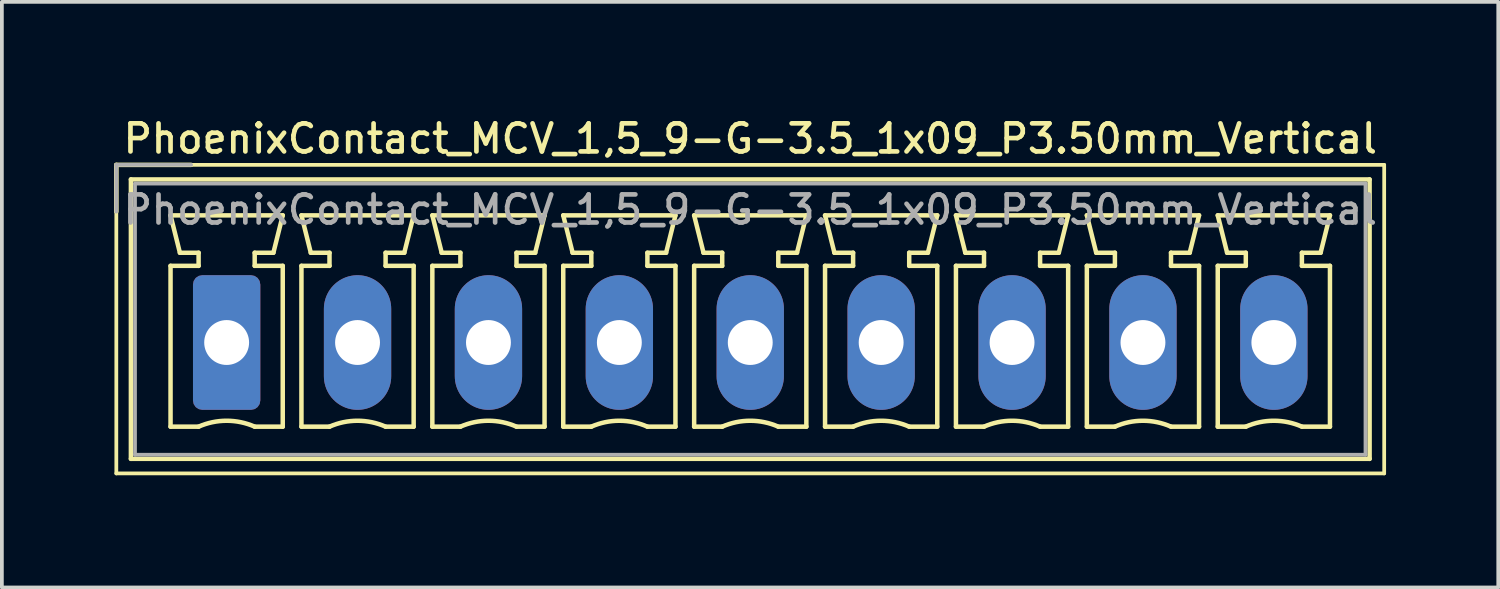
<source format=kicad_pcb>
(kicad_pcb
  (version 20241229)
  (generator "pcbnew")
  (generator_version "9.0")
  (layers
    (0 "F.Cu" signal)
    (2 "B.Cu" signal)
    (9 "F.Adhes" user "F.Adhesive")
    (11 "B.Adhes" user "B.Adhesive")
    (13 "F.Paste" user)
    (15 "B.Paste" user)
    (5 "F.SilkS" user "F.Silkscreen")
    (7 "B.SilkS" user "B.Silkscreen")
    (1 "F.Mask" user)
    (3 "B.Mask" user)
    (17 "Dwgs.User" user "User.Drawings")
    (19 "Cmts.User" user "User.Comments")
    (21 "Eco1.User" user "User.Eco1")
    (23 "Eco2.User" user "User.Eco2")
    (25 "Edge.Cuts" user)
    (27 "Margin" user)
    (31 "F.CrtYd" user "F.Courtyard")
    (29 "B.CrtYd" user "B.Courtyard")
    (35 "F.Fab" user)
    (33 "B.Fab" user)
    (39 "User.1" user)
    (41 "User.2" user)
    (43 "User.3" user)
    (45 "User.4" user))
  (footprint "PhoenixContact_MCV_1,5_9-G-3.5_1x09_P3.50mm_Vertical"
    (layer "F.Cu")
    (at 3.01 6.108)
    (property "Reference" "PhoenixContact_MCV_1,5_9-G-3.5_1x09_P3.50mm_Vertical" (at 14 -5.45 0) (layer "F.SilkS") (effects (font (size 0.75 0.75) (thickness 0.125))))
    (attr through_hole)
    (fp_line (start -2.95 -4.75) (end -2.95 3.5) (stroke (width 0.1) (type solid)) (layer "F.SilkS"))
    (fp_line (start -2.95 -4.75) (end -0.95 -4.75) (stroke (width 0.12) (type solid)) (layer "F.SilkS"))
    (fp_line (start -2.95 -3.5) (end -2.95 -4.75) (stroke (width 0.12) (type solid)) (layer "F.SilkS"))
    (fp_line (start -2.95 3.5) (end 30.95 3.5) (stroke (width 0.1) (type solid)) (layer "F.SilkS"))
    (fp_line (start -2.56 -4.36) (end -2.56 3.11) (stroke (width 0.12) (type solid)) (layer "F.SilkS"))
    (fp_line (start -2.56 3.11) (end 30.56 3.11) (stroke (width 0.12) (type solid)) (layer "F.SilkS"))
    (fp_line (start -1.5 -3.4) (end 1.5 -3.4) (stroke (width 0.12) (type solid)) (layer "F.SilkS"))
    (fp_line (start -1.5 -2.05) (end -0.75 -2.05) (stroke (width 0.12) (type solid)) (layer "F.SilkS"))
    (fp_line (start -1.5 2.25) (end -1.5 -2.05) (stroke (width 0.12) (type solid)) (layer "F.SilkS"))
    (fp_line (start -1.25 -2.4) (end -1.5 -3.4) (stroke (width 0.12) (type solid)) (layer "F.SilkS"))
    (fp_line (start -0.75 -2.4) (end -1.25 -2.4) (stroke (width 0.12) (type solid)) (layer "F.SilkS"))
    (fp_line (start -0.75 -2.05) (end -0.75 -2.4) (stroke (width 0.12) (type solid)) (layer "F.SilkS"))
    (fp_line (start -0.75 2.25) (end -1.5 2.25) (stroke (width 0.12) (type solid)) (layer "F.SilkS"))
    (fp_line (start 0.75 -2.4) (end 0.75 -2.05) (stroke (width 0.12) (type solid)) (layer "F.SilkS"))
    (fp_line (start 0.75 -2.05) (end 1.5 -2.05) (stroke (width 0.12) (type solid)) (layer "F.SilkS"))
    (fp_line (start 1.25 -2.4) (end 0.75 -2.4) (stroke (width 0.12) (type solid)) (layer "F.SilkS"))
    (fp_line (start 1.5 -3.4) (end 1.25 -2.4) (stroke (width 0.12) (type solid)) (layer "F.SilkS"))
    (fp_line (start 1.5 -2.05) (end 1.5 2.25) (stroke (width 0.12) (type solid)) (layer "F.SilkS"))
    (fp_line (start 1.5 2.25) (end 0.75 2.25) (stroke (width 0.12) (type solid)) (layer "F.SilkS"))
    (fp_line (start 2 -3.4) (end 5 -3.4) (stroke (width 0.12) (type solid)) (layer "F.SilkS"))
    (fp_line (start 2 -2.05) (end 2.75 -2.05) (stroke (width 0.12) (type solid)) (layer "F.SilkS"))
    (fp_line (start 2 2.25) (end 2 -2.05) (stroke (width 0.12) (type solid)) (layer "F.SilkS"))
    (fp_line (start 2.25 -2.4) (end 2 -3.4) (stroke (width 0.12) (type solid)) (layer "F.SilkS"))
    (fp_line (start 2.75 -2.4) (end 2.25 -2.4) (stroke (width 0.12) (type solid)) (layer "F.SilkS"))
    (fp_line (start 2.75 -2.05) (end 2.75 -2.4) (stroke (width 0.12) (type solid)) (layer "F.SilkS"))
    (fp_line (start 2.75 2.25) (end 2 2.25) (stroke (width 0.12) (type solid)) (layer "F.SilkS"))
    (fp_line (start 4.25 -2.4) (end 4.25 -2.05) (stroke (width 0.12) (type solid)) (layer "F.SilkS"))
    (fp_line (start 4.25 -2.05) (end 5 -2.05) (stroke (width 0.12) (type solid)) (layer "F.SilkS"))
    (fp_line (start 4.75 -2.4) (end 4.25 -2.4) (stroke (width 0.12) (type solid)) (layer "F.SilkS"))
    (fp_line (start 5 -3.4) (end 4.75 -2.4) (stroke (width 0.12) (type solid)) (layer "F.SilkS"))
    (fp_line (start 5 -2.05) (end 5 2.25) (stroke (width 0.12) (type solid)) (layer "F.SilkS"))
    (fp_line (start 5 2.25) (end 4.25 2.25) (stroke (width 0.12) (type solid)) (layer "F.SilkS"))
    (fp_line (start 5.5 -3.4) (end 8.5 -3.4) (stroke (width 0.12) (type solid)) (layer "F.SilkS"))
    (fp_line (start 5.5 -2.05) (end 6.25 -2.05) (stroke (width 0.12) (type solid)) (layer "F.SilkS"))
    (fp_line (start 5.5 2.25) (end 5.5 -2.05) (stroke (width 0.12) (type solid)) (layer "F.SilkS"))
    (fp_line (start 5.75 -2.4) (end 5.5 -3.4) (stroke (width 0.12) (type solid)) (layer "F.SilkS"))
    (fp_line (start 6.25 -2.4) (end 5.75 -2.4) (stroke (width 0.12) (type solid)) (layer "F.SilkS"))
    (fp_line (start 6.25 -2.05) (end 6.25 -2.4) (stroke (width 0.12) (type solid)) (layer "F.SilkS"))
    (fp_line (start 6.25 2.25) (end 5.5 2.25) (stroke (width 0.12) (type solid)) (layer "F.SilkS"))
    (fp_line (start 7.75 -2.4) (end 7.75 -2.05) (stroke (width 0.12) (type solid)) (layer "F.SilkS"))
    (fp_line (start 7.75 -2.05) (end 8.5 -2.05) (stroke (width 0.12) (type solid)) (layer "F.SilkS"))
    (fp_line (start 8.25 -2.4) (end 7.75 -2.4) (stroke (width 0.12) (type solid)) (layer "F.SilkS"))
    (fp_line (start 8.5 -3.4) (end 8.25 -2.4) (stroke (width 0.12) (type solid)) (layer "F.SilkS"))
    (fp_line (start 8.5 -2.05) (end 8.5 2.25) (stroke (width 0.12) (type solid)) (layer "F.SilkS"))
    (fp_line (start 8.5 2.25) (end 7.75 2.25) (stroke (width 0.12) (type solid)) (layer "F.SilkS"))
    (fp_line (start 9 -3.4) (end 12 -3.4) (stroke (width 0.12) (type solid)) (layer "F.SilkS"))
    (fp_line (start 9 -2.05) (end 9.75 -2.05) (stroke (width 0.12) (type solid)) (layer "F.SilkS"))
    (fp_line (start 9 2.25) (end 9 -2.05) (stroke (width 0.12) (type solid)) (layer "F.SilkS"))
    (fp_line (start 9.25 -2.4) (end 9 -3.4) (stroke (width 0.12) (type solid)) (layer "F.SilkS"))
    (fp_line (start 9.75 -2.4) (end 9.25 -2.4) (stroke (width 0.12) (type solid)) (layer "F.SilkS"))
    (fp_line (start 9.75 -2.05) (end 9.75 -2.4) (stroke (width 0.12) (type solid)) (layer "F.SilkS"))
    (fp_line (start 9.75 2.25) (end 9 2.25) (stroke (width 0.12) (type solid)) (layer "F.SilkS"))
    (fp_line (start 11.25 -2.4) (end 11.25 -2.05) (stroke (width 0.12) (type solid)) (layer "F.SilkS"))
    (fp_line (start 11.25 -2.05) (end 12 -2.05) (stroke (width 0.12) (type solid)) (layer "F.SilkS"))
    (fp_line (start 11.75 -2.4) (end 11.25 -2.4) (stroke (width 0.12) (type solid)) (layer "F.SilkS"))
    (fp_line (start 12 -3.4) (end 11.75 -2.4) (stroke (width 0.12) (type solid)) (layer "F.SilkS"))
    (fp_line (start 12 -2.05) (end 12 2.25) (stroke (width 0.12) (type solid)) (layer "F.SilkS"))
    (fp_line (start 12 2.25) (end 11.25 2.25) (stroke (width 0.12) (type solid)) (layer "F.SilkS"))
    (fp_line (start 12.5 -3.4) (end 15.5 -3.4) (stroke (width 0.12) (type solid)) (layer "F.SilkS"))
    (fp_line (start 12.5 -2.05) (end 13.25 -2.05) (stroke (width 0.12) (type solid)) (layer "F.SilkS"))
    (fp_line (start 12.5 2.25) (end 12.5 -2.05) (stroke (width 0.12) (type solid)) (layer "F.SilkS"))
    (fp_line (start 12.75 -2.4) (end 12.5 -3.4) (stroke (width 0.12) (type solid)) (layer "F.SilkS"))
    (fp_line (start 13.25 -2.4) (end 12.75 -2.4) (stroke (width 0.12) (type solid)) (layer "F.SilkS"))
    (fp_line (start 13.25 -2.05) (end 13.25 -2.4) (stroke (width 0.12) (type solid)) (layer "F.SilkS"))
    (fp_line (start 13.25 2.25) (end 12.5 2.25) (stroke (width 0.12) (type solid)) (layer "F.SilkS"))
    (fp_line (start 14.75 -2.4) (end 14.75 -2.05) (stroke (width 0.12) (type solid)) (layer "F.SilkS"))
    (fp_line (start 14.75 -2.05) (end 15.5 -2.05) (stroke (width 0.12) (type solid)) (layer "F.SilkS"))
    (fp_line (start 15.25 -2.4) (end 14.75 -2.4) (stroke (width 0.12) (type solid)) (layer "F.SilkS"))
    (fp_line (start 15.5 -3.4) (end 15.25 -2.4) (stroke (width 0.12) (type solid)) (layer "F.SilkS"))
    (fp_line (start 15.5 -2.05) (end 15.5 2.25) (stroke (width 0.12) (type solid)) (layer "F.SilkS"))
    (fp_line (start 15.5 2.25) (end 14.75 2.25) (stroke (width 0.12) (type solid)) (layer "F.SilkS"))
    (fp_line (start 16 -3.4) (end 19 -3.4) (stroke (width 0.12) (type solid)) (layer "F.SilkS"))
    (fp_line (start 16 -2.05) (end 16.75 -2.05) (stroke (width 0.12) (type solid)) (layer "F.SilkS"))
    (fp_line (start 16 2.25) (end 16 -2.05) (stroke (width 0.12) (type solid)) (layer "F.SilkS"))
    (fp_line (start 16.25 -2.4) (end 16 -3.4) (stroke (width 0.12) (type solid)) (layer "F.SilkS"))
    (fp_line (start 16.75 -2.4) (end 16.25 -2.4) (stroke (width 0.12) (type solid)) (layer "F.SilkS"))
    (fp_line (start 16.75 -2.05) (end 16.75 -2.4) (stroke (width 0.12) (type solid)) (layer "F.SilkS"))
    (fp_line (start 16.75 2.25) (end 16 2.25) (stroke (width 0.12) (type solid)) (layer "F.SilkS"))
    (fp_line (start 18.25 -2.4) (end 18.25 -2.05) (stroke (width 0.12) (type solid)) (layer "F.SilkS"))
    (fp_line (start 18.25 -2.05) (end 19 -2.05) (stroke (width 0.12) (type solid)) (layer "F.SilkS"))
    (fp_line (start 18.75 -2.4) (end 18.25 -2.4) (stroke (width 0.12) (type solid)) (layer "F.SilkS"))
    (fp_line (start 19 -3.4) (end 18.75 -2.4) (stroke (width 0.12) (type solid)) (layer "F.SilkS"))
    (fp_line (start 19 -2.05) (end 19 2.25) (stroke (width 0.12) (type solid)) (layer "F.SilkS"))
    (fp_line (start 19 2.25) (end 18.25 2.25) (stroke (width 0.12) (type solid)) (layer "F.SilkS"))
    (fp_line (start 19.5 -3.4) (end 22.5 -3.4) (stroke (width 0.12) (type solid)) (layer "F.SilkS"))
    (fp_line (start 19.5 -2.05) (end 20.25 -2.05) (stroke (width 0.12) (type solid)) (layer "F.SilkS"))
    (fp_line (start 19.5 2.25) (end 19.5 -2.05) (stroke (width 0.12) (type solid)) (layer "F.SilkS"))
    (fp_line (start 19.75 -2.4) (end 19.5 -3.4) (stroke (width 0.12) (type solid)) (layer "F.SilkS"))
    (fp_line (start 20.25 -2.4) (end 19.75 -2.4) (stroke (width 0.12) (type solid)) (layer "F.SilkS"))
    (fp_line (start 20.25 -2.05) (end 20.25 -2.4) (stroke (width 0.12) (type solid)) (layer "F.SilkS"))
    (fp_line (start 20.25 2.25) (end 19.5 2.25) (stroke (width 0.12) (type solid)) (layer "F.SilkS"))
    (fp_line (start 21.75 -2.4) (end 21.75 -2.05) (stroke (width 0.12) (type solid)) (layer "F.SilkS"))
    (fp_line (start 21.75 -2.05) (end 22.5 -2.05) (stroke (width 0.12) (type solid)) (layer "F.SilkS"))
    (fp_line (start 22.25 -2.4) (end 21.75 -2.4) (stroke (width 0.12) (type solid)) (layer "F.SilkS"))
    (fp_line (start 22.5 -3.4) (end 22.25 -2.4) (stroke (width 0.12) (type solid)) (layer "F.SilkS"))
    (fp_line (start 22.5 -2.05) (end 22.5 2.25) (stroke (width 0.12) (type solid)) (layer "F.SilkS"))
    (fp_line (start 22.5 2.25) (end 21.75 2.25) (stroke (width 0.12) (type solid)) (layer "F.SilkS"))
    (fp_line (start 23 -3.4) (end 26 -3.4) (stroke (width 0.12) (type solid)) (layer "F.SilkS"))
    (fp_line (start 23 -2.05) (end 23.75 -2.05) (stroke (width 0.12) (type solid)) (layer "F.SilkS"))
    (fp_line (start 23 2.25) (end 23 -2.05) (stroke (width 0.12) (type solid)) (layer "F.SilkS"))
    (fp_line (start 23.25 -2.4) (end 23 -3.4) (stroke (width 0.12) (type solid)) (layer "F.SilkS"))
    (fp_line (start 23.75 -2.4) (end 23.25 -2.4) (stroke (width 0.12) (type solid)) (layer "F.SilkS"))
    (fp_line (start 23.75 -2.05) (end 23.75 -2.4) (stroke (width 0.12) (type solid)) (layer "F.SilkS"))
    (fp_line (start 23.75 2.25) (end 23 2.25) (stroke (width 0.12) (type solid)) (layer "F.SilkS"))
    (fp_line (start 25.25 -2.4) (end 25.25 -2.05) (stroke (width 0.12) (type solid)) (layer "F.SilkS"))
    (fp_line (start 25.25 -2.05) (end 26 -2.05) (stroke (width 0.12) (type solid)) (layer "F.SilkS"))
    (fp_line (start 25.75 -2.4) (end 25.25 -2.4) (stroke (width 0.12) (type solid)) (layer "F.SilkS"))
    (fp_line (start 26 -3.4) (end 25.75 -2.4) (stroke (width 0.12) (type solid)) (layer "F.SilkS"))
    (fp_line (start 26 -2.05) (end 26 2.25) (stroke (width 0.12) (type solid)) (layer "F.SilkS"))
    (fp_line (start 26 2.25) (end 25.25 2.25) (stroke (width 0.12) (type solid)) (layer "F.SilkS"))
    (fp_line (start 26.5 -3.4) (end 29.5 -3.4) (stroke (width 0.12) (type solid)) (layer "F.SilkS"))
    (fp_line (start 26.5 -2.05) (end 27.25 -2.05) (stroke (width 0.12) (type solid)) (layer "F.SilkS"))
    (fp_line (start 26.5 2.25) (end 26.5 -2.05) (stroke (width 0.12) (type solid)) (layer "F.SilkS"))
    (fp_line (start 26.75 -2.4) (end 26.5 -3.4) (stroke (width 0.12) (type solid)) (layer "F.SilkS"))
    (fp_line (start 27.25 -2.4) (end 26.75 -2.4) (stroke (width 0.12) (type solid)) (layer "F.SilkS"))
    (fp_line (start 27.25 -2.05) (end 27.25 -2.4) (stroke (width 0.12) (type solid)) (layer "F.SilkS"))
    (fp_line (start 27.25 2.25) (end 26.5 2.25) (stroke (width 0.12) (type solid)) (layer "F.SilkS"))
    (fp_line (start 28.75 -2.4) (end 28.75 -2.05) (stroke (width 0.12) (type solid)) (layer "F.SilkS"))
    (fp_line (start 28.75 -2.05) (end 29.5 -2.05) (stroke (width 0.12) (type solid)) (layer "F.SilkS"))
    (fp_line (start 29.25 -2.4) (end 28.75 -2.4) (stroke (width 0.12) (type solid)) (layer "F.SilkS"))
    (fp_line (start 29.5 -3.4) (end 29.25 -2.4) (stroke (width 0.12) (type solid)) (layer "F.SilkS"))
    (fp_line (start 29.5 -2.05) (end 29.5 2.25) (stroke (width 0.12) (type solid)) (layer "F.SilkS"))
    (fp_line (start 29.5 2.25) (end 28.75 2.25) (stroke (width 0.12) (type solid)) (layer "F.SilkS"))
    (fp_line (start 30.56 -4.36) (end -2.56 -4.36) (stroke (width 0.12) (type solid)) (layer "F.SilkS"))
    (fp_line (start 30.56 3.11) (end 30.56 -4.36) (stroke (width 0.12) (type solid)) (layer "F.SilkS"))
    (fp_line (start 30.95 -4.75) (end -2.95 -4.75) (stroke (width 0.1) (type solid)) (layer "F.SilkS"))
    (fp_line (start 30.95 3.5) (end 30.95 -4.75) (stroke (width 0.1) (type solid)) (layer "F.SilkS"))
    (fp_arc (start -0.75 2.25) (mid -0.000193 2.09191) (end 0.749647 2.249844) (stroke (width 0.12) (type solid)) (layer "F.SilkS"))
    (fp_arc (start 2.75 2.25) (mid 3.499807 2.09191) (end 4.249647 2.249844) (stroke (width 0.12) (type solid)) (layer "F.SilkS"))
    (fp_arc (start 6.25 2.25) (mid 6.999807 2.09191) (end 7.749647 2.249844) (stroke (width 0.12) (type solid)) (layer "F.SilkS"))
    (fp_arc (start 9.75 2.25) (mid 10.499807 2.09191) (end 11.249647 2.249844) (stroke (width 0.12) (type solid)) (layer "F.SilkS"))
    (fp_arc (start 13.25 2.25) (mid 13.999807 2.09191) (end 14.749647 2.249844) (stroke (width 0.12) (type solid)) (layer "F.SilkS"))
    (fp_arc (start 16.75 2.25) (mid 17.499807 2.09191) (end 18.249647 2.249844) (stroke (width 0.12) (type solid)) (layer "F.SilkS"))
    (fp_arc (start 20.25 2.25) (mid 20.999807 2.09191) (end 21.749647 2.249844) (stroke (width 0.12) (type solid)) (layer "F.SilkS"))
    (fp_arc (start 23.75 2.25) (mid 24.499807 2.09191) (end 25.249647 2.249844) (stroke (width 0.12) (type solid)) (layer "F.SilkS"))
    (fp_arc (start 27.25 2.25) (mid 27.999807 2.09191) (end 28.749647 2.249844) (stroke (width 0.12) (type solid)) (layer "F.SilkS"))
    (fp_line (start -2.95 -4.75) (end -0.95 -4.75) (stroke (width 0.1) (type solid)) (layer "F.Fab"))
    (fp_line (start -2.95 -3.5) (end -2.95 -4.75) (stroke (width 0.1) (type solid)) (layer "F.Fab"))
    (fp_line (start -2.45 -4.25) (end -2.45 3) (stroke (width 0.1) (type solid)) (layer "F.Fab"))
    (fp_line (start -2.45 3) (end 30.45 3) (stroke (width 0.1) (type solid)) (layer "F.Fab"))
    (fp_line (start 30.45 -4.25) (end -2.45 -4.25) (stroke (width 0.1) (type solid)) (layer "F.Fab"))
    (fp_line (start 30.45 3) (end 30.45 -4.25) (stroke (width 0.1) (type solid)) (layer "F.Fab"))
    (fp_text user "${REFERENCE}" (at 14 -3.55 0) (layer "F.Fab") (effects (font (size 0.75 0.75) (thickness 0.125))))
    (pad "1" thru_hole roundrect (at 0 0) (size 1.8 3.6) (drill 1.2) (layers "*.Cu" "*.Mask") (roundrect_rratio 0.139))
    (pad "2" thru_hole oval (at 3.5 0) (size 1.8 3.6) (drill 1.2) (layers "*.Cu" "*.Mask"))
    (pad "3" thru_hole oval (at 7 0) (size 1.8 3.6) (drill 1.2) (layers "*.Cu" "*.Mask"))
    (pad "4" thru_hole oval (at 10.5 0) (size 1.8 3.6) (drill 1.2) (layers "*.Cu" "*.Mask"))
    (pad "5" thru_hole oval (at 14 0) (size 1.8 3.6) (drill 1.2) (layers "*.Cu" "*.Mask"))
    (pad "6" thru_hole oval (at 17.5 0) (size 1.8 3.6) (drill 1.2) (layers "*.Cu" "*.Mask"))
    (pad "7" thru_hole oval (at 21 0) (size 1.8 3.6) (drill 1.2) (layers "*.Cu" "*.Mask"))
    (pad "8" thru_hole oval (at 24.5 0) (size 1.8 3.6) (drill 1.2) (layers "*.Cu" "*.Mask"))
    (pad "9" thru_hole oval (at 28 0) (size 1.8 3.6) (drill 1.2) (layers "*.Cu" "*.Mask")))
  (gr_rect
    (start -3 -3)
    (end 37.01 12.658)
    (stroke (width 0.1) (type default))
    (fill no)
    (layer "Edge.Cuts")))
</source>
